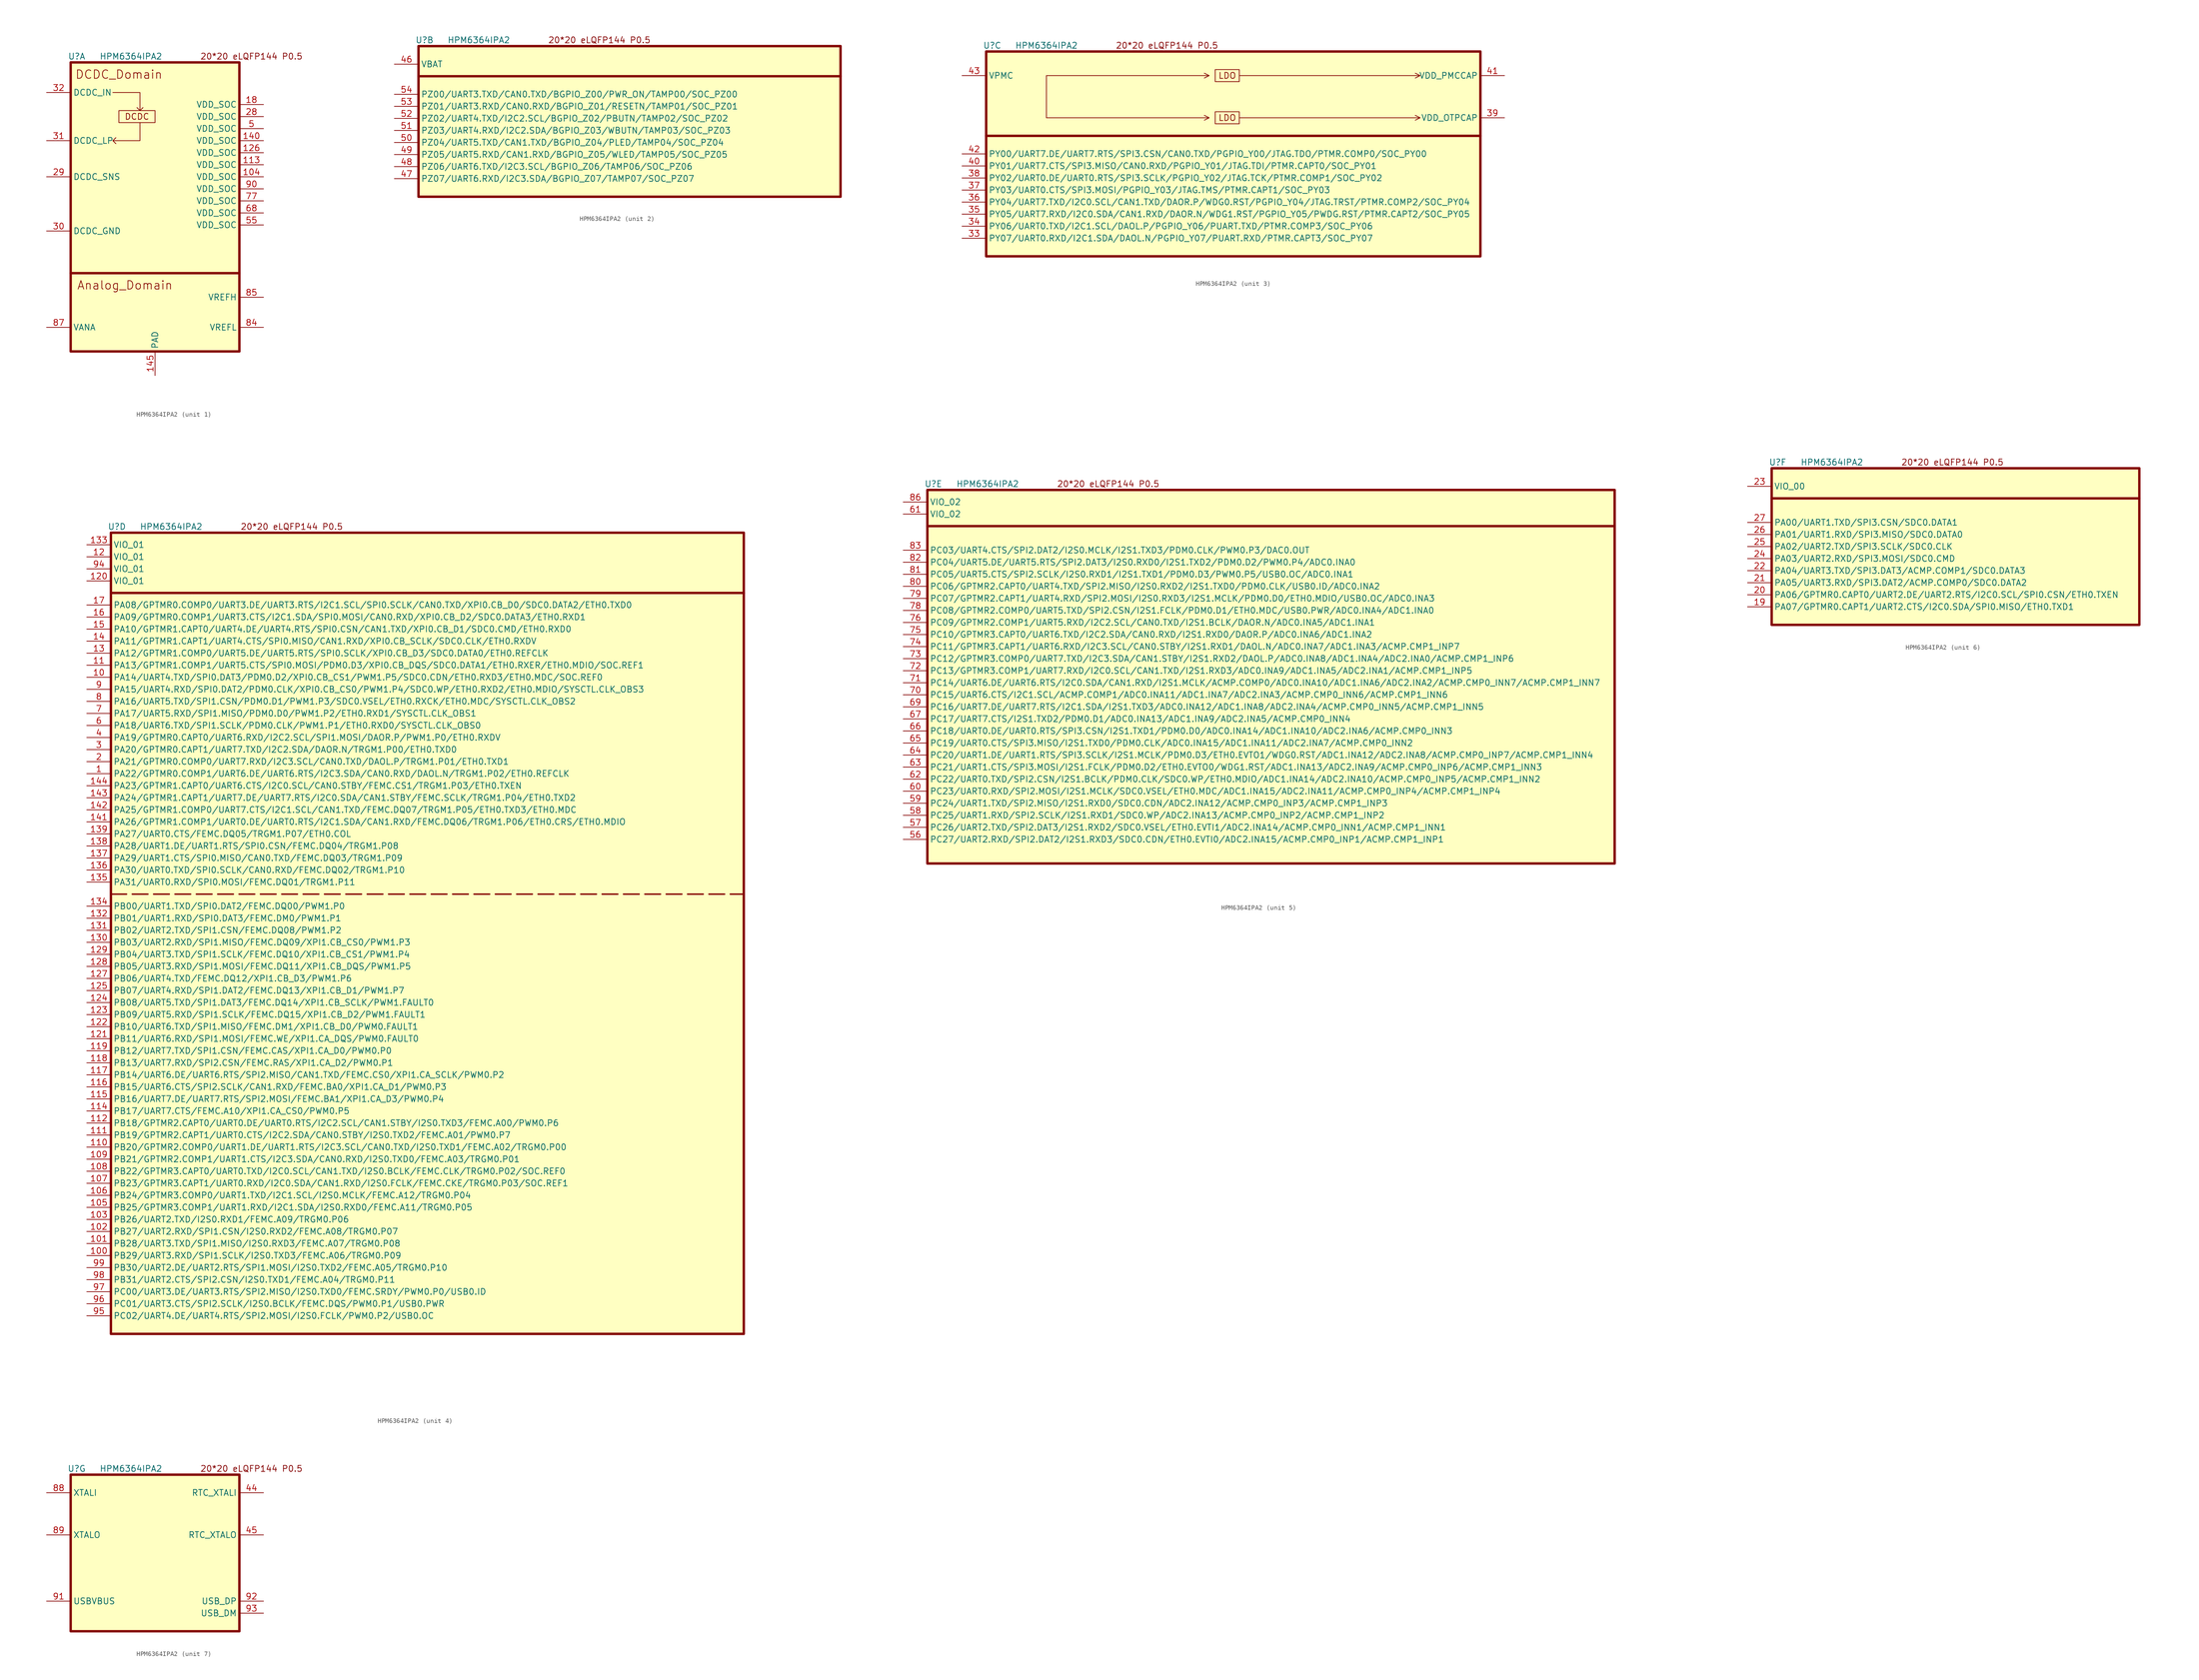
<source format=kicad_sym>
(kicad_symbol_lib
  (version 20220914)
  (generator kicad_symbol_editor)
  (symbol "HPM6364IPA2"
    (property "Reference" "U"
      (at 1.27 1.27 0)
      (effects (font (size 1.27 1.27))))
    (property "Value" "HPM6364IPA2"
      (at 12.7 1.27 0)
      (effects (font (size 1.27 1.27))))
    (property "ki_locked" ""
      (at 0 0 0)
      (effects (font (size 1.27 1.27))))
    (symbol "HPM6364IPA2_0_0"
      (text "20*20 eLQFP144 P0.5" (at 38.1 1.27 0) (effects (font (size 1.27 1.27)))))
    (symbol "HPM6364IPA2_1_1"
      (polyline (pts (xy 0 -44.45) (xy 35.56 -44.45)) (stroke (width 0.508) (type default)) (fill (type none)))
      (polyline (pts (xy 8.89 -6.35) (xy 14.605 -6.35) (xy 14.605 -10.16) (xy 13.97 -9.525) (xy 14.605 -10.16) (xy 15.24 -9.525)) (stroke (width 0) (type default)) (fill (type none)))
      (polyline (pts (xy 14.605 -12.7) (xy 14.605 -16.51) (xy 8.89 -16.51) (xy 9.525 -15.875) (xy 8.89 -16.51) (xy 9.525 -17.145)) (stroke (width 0) (type default)) (fill (type none)))
      (rectangle (start 0 0) (end 35.56 -60.96) (stroke (width 0.508) (type default)) (fill (type background)))
      (rectangle (start 10.16 -10.16) (end 17.78 -12.7) (stroke (width 0) (type default)) (fill (type none)))
      (text "Analog_Domain" (at 11.43 -46.99 0) (effects (font (size 1.778 1.778))))
      (text "DCDC" (at 13.97 -11.43 0) (effects (font (size 1.27 1.27))))
      (text "DCDC_Domain" (at 10.16 -2.54 0) (effects (font (size 1.778 1.778))))
      (pin power_in line (at 40.64 -24.13 180) (length 5.08) (name "VDD_SOC" (effects (font (size 1.27 1.27)))) (number "104" (effects (font (size 1.27 1.27)))))
      (pin power_in line (at 40.64 -21.59 180) (length 5.08) (name "VDD_SOC" (effects (font (size 1.27 1.27)))) (number "113" (effects (font (size 1.27 1.27)))))
      (pin power_in line (at 40.64 -19.05 180) (length 5.08) (name "VDD_SOC" (effects (font (size 1.27 1.27)))) (number "126" (effects (font (size 1.27 1.27)))))
      (pin power_in line (at 40.64 -16.51 180) (length 5.08) (name "VDD_SOC" (effects (font (size 1.27 1.27)))) (number "140" (effects (font (size 1.27 1.27)))))
      (pin power_out line (at 17.78 -66.04 90) (length 5.08) (name "PAD" (effects (font (size 1.27 1.27)))) (number "145" (effects (font (size 1.27 1.27)))))
      (pin power_in line (at 40.64 -8.89 180) (length 5.08) (name "VDD_SOC" (effects (font (size 1.27 1.27)))) (number "18" (effects (font (size 1.27 1.27)))))
      (pin power_in line (at 40.64 -11.43 180) (length 5.08) (name "VDD_SOC" (effects (font (size 1.27 1.27)))) (number "28" (effects (font (size 1.27 1.27)))))
      (pin input line (at -5.08 -24.13 0) (length 5.08) (name "DCDC_SNS" (effects (font (size 1.27 1.27)))) (number "29" (effects (font (size 1.27 1.27)))))
      (pin power_out line (at -5.08 -35.56 0) (length 5.08) (name "DCDC_GND" (effects (font (size 1.27 1.27)))) (number "30" (effects (font (size 1.27 1.27)))))
      (pin power_out line (at -5.08 -16.51 0) (length 5.08) (name "DCDC_LP" (effects (font (size 1.27 1.27)))) (number "31" (effects (font (size 1.27 1.27)))))
      (pin power_in line (at -5.08 -6.35 0) (length 5.08) (name "DCDC_IN" (effects (font (size 1.27 1.27)))) (number "32" (effects (font (size 1.27 1.27)))))
      (pin power_in line (at 40.64 -13.97 180) (length 5.08) (name "VDD_SOC" (effects (font (size 1.27 1.27)))) (number "5" (effects (font (size 1.27 1.27)))))
      (pin power_in line (at 40.64 -34.29 180) (length 5.08) (name "VDD_SOC" (effects (font (size 1.27 1.27)))) (number "55" (effects (font (size 1.27 1.27)))))
      (pin power_in line (at 40.64 -31.75 180) (length 5.08) (name "VDD_SOC" (effects (font (size 1.27 1.27)))) (number "68" (effects (font (size 1.27 1.27)))))
      (pin power_in line (at 40.64 -29.21 180) (length 5.08) (name "VDD_SOC" (effects (font (size 1.27 1.27)))) (number "77" (effects (font (size 1.27 1.27)))))
      (pin power_out line (at 40.64 -55.88 180) (length 5.08) (name "VREFL" (effects (font (size 1.27 1.27)))) (number "84" (effects (font (size 1.27 1.27)))))
      (pin power_in line (at 40.64 -49.53 180) (length 5.08) (name "VREFH" (effects (font (size 1.27 1.27)))) (number "85" (effects (font (size 1.27 1.27)))))
      (pin power_in line (at -5.08 -55.88 0) (length 5.08) (name "VANA" (effects (font (size 1.27 1.27)))) (number "87" (effects (font (size 1.27 1.27)))))
      (pin power_in line (at 40.64 -26.67 180) (length 5.08) (name "VDD_SOC" (effects (font (size 1.27 1.27)))) (number "90" (effects (font (size 1.27 1.27))))))
    (symbol "HPM6364IPA2_2_0"
      (polyline (pts (xy 0 -6.35) (xy 88.9 -6.35)) (stroke (width 0.5) (type default)) (fill (type none))))
    (symbol "HPM6364IPA2_2_1"
      (rectangle (start 0 0) (end 88.9 -31.75) (stroke (width 0.508) (type default)) (fill (type background)))
      (pin power_in line (at -5.08 -3.81 0) (length 5.08) (name "VBAT" (effects (font (size 1.27 1.27)))) (number "46" (effects (font (size 1.27 1.27)))))
      (pin bidirectional line (at -5.08 -27.94 0) (length 5.08) (name "PZ07/UART6.RXD/I2C3.SDA/BGPIO_Z07/TAMP07/SOC_PZ07" (effects (font (size 1.27 1.27)))) (number "47" (effects (font (size 1.27 1.27)))))
      (pin bidirectional line (at -5.08 -25.4 0) (length 5.08) (name "PZ06/UART6.TXD/I2C3.SCL/BGPIO_Z06/TAMP06/SOC_PZ06" (effects (font (size 1.27 1.27)))) (number "48" (effects (font (size 1.27 1.27)))))
      (pin bidirectional line (at -5.08 -22.86 0) (length 5.08) (name "PZ05/UART5.RXD/CAN1.RXD/BGPIO_Z05/WLED/TAMP05/SOC_PZ05" (effects (font (size 1.27 1.27)))) (number "49" (effects (font (size 1.27 1.27)))))
      (pin bidirectional line (at -5.08 -20.32 0) (length 5.08) (name "PZ04/UART5.TXD/CAN1.TXD/BGPIO_Z04/PLED/TAMP04/SOC_PZ04" (effects (font (size 1.27 1.27)))) (number "50" (effects (font (size 1.27 1.27)))))
      (pin bidirectional line (at -5.08 -17.78 0) (length 5.08) (name "PZ03/UART4.RXD/I2C2.SDA/BGPIO_Z03/WBUTN/TAMP03/SOC_PZ03" (effects (font (size 1.27 1.27)))) (number "51" (effects (font (size 1.27 1.27)))))
      (pin bidirectional line (at -5.08 -15.24 0) (length 5.08) (name "PZ02/UART4.TXD/I2C2.SCL/BGPIO_Z02/PBUTN/TAMP02/SOC_PZ02" (effects (font (size 1.27 1.27)))) (number "52" (effects (font (size 1.27 1.27)))))
      (pin bidirectional line (at -5.08 -12.7 0) (length 5.08) (name "PZ01/UART3.RXD/CAN0.RXD/BGPIO_Z01/RESETN/TAMP01/SOC_PZ01" (effects (font (size 1.27 1.27)))) (number "53" (effects (font (size 1.27 1.27)))))
      (pin bidirectional line (at -5.08 -10.16 0) (length 5.08) (name "PZ00/UART3.TXD/CAN0.TXD/BGPIO_Z00/PWR_ON/TAMP00/SOC_PZ00" (effects (font (size 1.27 1.27)))) (number "54" (effects (font (size 1.27 1.27))))))
    (symbol "HPM6364IPA2_3_0"
      (polyline (pts (xy 12.7 -13.97) (xy 46.99 -13.97) (xy 45.974 -13.462) (xy 46.99 -13.97) (xy 45.974 -14.478)) (stroke (width 0) (type default)) (fill (type none)))
      (polyline (pts (xy 12.7 -5.08) (xy 46.99 -5.08) (xy 45.974 -4.572) (xy 46.99 -5.08) (xy 45.974 -5.588)) (stroke (width 0) (type default)) (fill (type none)))
      (polyline (pts (xy 53.34 -13.97) (xy 91.44 -13.97) (xy 90.424 -13.462) (xy 91.44 -13.97) (xy 90.424 -14.478)) (stroke (width 0) (type default)) (fill (type none)))
      (polyline (pts (xy 53.34 -5.08) (xy 91.44 -5.08) (xy 90.424 -4.572) (xy 91.44 -5.08) (xy 90.424 -5.588)) (stroke (width 0) (type default)) (fill (type none))))
    (symbol "HPM6364IPA2_3_1"
      (polyline (pts (xy 0 -17.78) (xy 104.14 -17.78)) (stroke (width 0.508) (type default)) (fill (type none)))
      (polyline (pts (xy 12.7 -12.7) (xy 12.7 -5.08) (xy 12.7 -13.97)) (stroke (width 0) (type default)) (fill (type none)))
      (rectangle (start 0 0) (end 104.14 -43.18) (stroke (width 0.508) (type default)) (fill (type background)))
      (rectangle (start 48.26 -12.7) (end 53.34 -15.24) (stroke (width 0) (type default)) (fill (type none)))
      (rectangle (start 48.26 -3.81) (end 53.34 -6.35) (stroke (width 0) (type default)) (fill (type none)))
      (text "LDO" (at 50.8 -13.97 0) (effects (font (size 1.27 1.27))))
      (text "LDO" (at 50.8 -5.08 0) (effects (font (size 1.27 1.27))))
      (pin bidirectional line (at -5.08 -39.37 0) (length 5.08) (name "PY07/UART0.RXD/I2C1.SDA/DAOL.N/PGPIO_Y07/PUART.RXD/PTMR.CAPT3/SOC_PY07" (effects (font (size 1.27 1.27)))) (number "33" (effects (font (size 1.27 1.27)))))
      (pin bidirectional line (at -5.08 -36.83 0) (length 5.08) (name "PY06/UART0.TXD/I2C1.SCL/DAOL.P/PGPIO_Y06/PUART.TXD/PTMR.COMP3/SOC_PY06" (effects (font (size 1.27 1.27)))) (number "34" (effects (font (size 1.27 1.27)))))
      (pin bidirectional line (at -5.08 -34.29 0) (length 5.08) (name "PY05/UART7.RXD/I2C0.SDA/CAN1.RXD/DAOR.N/WDG1.RST/PGPIO_Y05/PWDG.RST/PTMR.CAPT2/SOC_PY05" (effects (font (size 1.27 1.27)))) (number "35" (effects (font (size 1.27 1.27)))))
      (pin bidirectional line (at -5.08 -31.75 0) (length 5.08) (name "PY04/UART7.TXD/I2C0.SCL/CAN1.TXD/DAOR.P/WDG0.RST/PGPIO_Y04/JTAG.TRST/PTMR.COMP2/SOC_PY04" (effects (font (size 1.27 1.27)))) (number "36" (effects (font (size 1.27 1.27)))))
      (pin bidirectional line (at -5.08 -29.21 0) (length 5.08) (name "PY03/UART0.CTS/SPI3.MOSI/PGPIO_Y03/JTAG.TMS/PTMR.CAPT1/SOC_PY03" (effects (font (size 1.27 1.27)))) (number "37" (effects (font (size 1.27 1.27)))))
      (pin bidirectional line (at -5.08 -26.67 0) (length 5.08) (name "PY02/UART0.DE/UART0.RTS/SPI3.SCLK/PGPIO_Y02/JTAG.TCK/PTMR.COMP1/SOC_PY02" (effects (font (size 1.27 1.27)))) (number "38" (effects (font (size 1.27 1.27)))))
      (pin power_out line (at 109.22 -13.97 180) (length 5.08) (name "VDD_OTPCAP" (effects (font (size 1.27 1.27)))) (number "39" (effects (font (size 1.27 1.27)))))
      (pin bidirectional line (at -5.08 -24.13 0) (length 5.08) (name "PY01/UART7.CTS/SPI3.MISO/CAN0.RXD/PGPIO_Y01/JTAG.TDI/PTMR.CAPT0/SOC_PY01" (effects (font (size 1.27 1.27)))) (number "40" (effects (font (size 1.27 1.27)))))
      (pin power_out line (at 109.22 -5.08 180) (length 5.08) (name "VDD_PMCCAP" (effects (font (size 1.27 1.27)))) (number "41" (effects (font (size 1.27 1.27)))))
      (pin bidirectional line (at -5.08 -21.59 0) (length 5.08) (name "PY00/UART7.DE/UART7.RTS/SPI3.CSN/CAN0.TXD/PGPIO_Y00/JTAG.TDO/PTMR.COMP0/SOC_PY00" (effects (font (size 1.27 1.27)))) (number "42" (effects (font (size 1.27 1.27)))))
      (pin power_in line (at -5.08 -5.08 0) (length 5.08) (name "VPMC" (effects (font (size 1.27 1.27)))) (number "43" (effects (font (size 1.27 1.27))))))
    (symbol "HPM6364IPA2_4_0"
      (polyline (pts (xy 0 -12.7) (xy 133.35 -12.7)) (stroke (width 0.5) (type default)) (fill (type none))))
    (symbol "HPM6364IPA2_4_1"
      (polyline (pts (xy 0 -76.2) (xy 133.35 -76.2)) (stroke (width 0.3) (type dash)) (fill (type none)))
      (rectangle (start 0 0) (end 133.35 -168.91) (stroke (width 0.508) (type default)) (fill (type background)))
      (pin bidirectional line (at -5.08 -50.8 0) (length 5.08) (name "PA22/GPTMR0.COMP1/UART6.DE/UART6.RTS/I2C3.SDA/CAN0.RXD/DAOL.N/TRGM1.P02/ETH0.REFCLK" (effects (font (size 1.27 1.27)))) (number "1" (effects (font (size 1.27 1.27)))))
      (pin bidirectional line (at -5.08 -30.48 0) (length 5.08) (name "PA14/UART4.TXD/SPI0.DAT3/PDM0.D2/XPI0.CB_CS1/PWM1.P5/SDC0.CDN/ETH0.RXD3/ETH0.MDC/SOC.REF0" (effects (font (size 1.27 1.27)))) (number "10" (effects (font (size 1.27 1.27)))))
      (pin bidirectional line (at -5.08 -152.4 0) (length 5.08) (name "PB29/UART3.RXD/SPI1.SCLK/I2S0.TXD3/FEMC.A06/TRGM0.P09" (effects (font (size 1.27 1.27)))) (number "100" (effects (font (size 1.27 1.27)))))
      (pin bidirectional line (at -5.08 -149.86 0) (length 5.08) (name "PB28/UART3.TXD/SPI1.MISO/I2S0.RXD3/FEMC.A07/TRGM0.P08" (effects (font (size 1.27 1.27)))) (number "101" (effects (font (size 1.27 1.27)))))
      (pin bidirectional line (at -5.08 -147.32 0) (length 5.08) (name "PB27/UART2.RXD/SPI1.CSN/I2S0.RXD2/FEMC.A08/TRGM0.P07" (effects (font (size 1.27 1.27)))) (number "102" (effects (font (size 1.27 1.27)))))
      (pin bidirectional line (at -5.08 -144.78 0) (length 5.08) (name "PB26/UART2.TXD/I2S0.RXD1/FEMC.A09/TRGM0.P06" (effects (font (size 1.27 1.27)))) (number "103" (effects (font (size 1.27 1.27)))))
      (pin bidirectional line (at -5.08 -142.24 0) (length 5.08) (name "PB25/GPTMR3.COMP1/UART1.RXD/I2C1.SDA/I2S0.RXD0/FEMC.A11/TRGM0.P05" (effects (font (size 1.27 1.27)))) (number "105" (effects (font (size 1.27 1.27)))))
      (pin bidirectional line (at -5.08 -139.7 0) (length 5.08) (name "PB24/GPTMR3.COMP0/UART1.TXD/I2C1.SCL/I2S0.MCLK/FEMC.A12/TRGM0.P04" (effects (font (size 1.27 1.27)))) (number "106" (effects (font (size 1.27 1.27)))))
      (pin bidirectional line (at -5.08 -137.16 0) (length 5.08) (name "PB23/GPTMR3.CAPT1/UART0.RXD/I2C0.SDA/CAN1.RXD/I2S0.FCLK/FEMC.CKE/TRGM0.P03/SOC.REF1" (effects (font (size 1.27 1.27)))) (number "107" (effects (font (size 1.27 1.27)))))
      (pin bidirectional line (at -5.08 -134.62 0) (length 5.08) (name "PB22/GPTMR3.CAPT0/UART0.TXD/I2C0.SCL/CAN1.TXD/I2S0.BCLK/FEMC.CLK/TRGM0.P02/SOC.REF0" (effects (font (size 1.27 1.27)))) (number "108" (effects (font (size 1.27 1.27)))))
      (pin bidirectional line (at -5.08 -132.08 0) (length 5.08) (name "PB21/GPTMR2.COMP1/UART1.CTS/I2C3.SDA/CAN0.RXD/I2S0.TXD0/FEMC.A03/TRGM0.P01" (effects (font (size 1.27 1.27)))) (number "109" (effects (font (size 1.27 1.27)))))
      (pin bidirectional line (at -5.08 -27.94 0) (length 5.08) (name "PA13/GPTMR1.COMP1/UART5.CTS/SPI0.MOSI/PDM0.D3/XPI0.CB_DQS/SDC0.DATA1/ETH0.RXER/ETH0.MDIO/SOC.REF1" (effects (font (size 1.27 1.27)))) (number "11" (effects (font (size 1.27 1.27)))))
      (pin bidirectional line (at -5.08 -129.54 0) (length 5.08) (name "PB20/GPTMR2.COMP0/UART1.DE/UART1.RTS/I2C3.SCL/CAN0.TXD/I2S0.TXD1/FEMC.A02/TRGM0.P00" (effects (font (size 1.27 1.27)))) (number "110" (effects (font (size 1.27 1.27)))))
      (pin bidirectional line (at -5.08 -127 0) (length 5.08) (name "PB19/GPTMR2.CAPT1/UART0.CTS/I2C2.SDA/CAN0.STBY/I2S0.TXD2/FEMC.A01/PWM0.P7" (effects (font (size 1.27 1.27)))) (number "111" (effects (font (size 1.27 1.27)))))
      (pin bidirectional line (at -5.08 -124.46 0) (length 5.08) (name "PB18/GPTMR2.CAPT0/UART0.DE/UART0.RTS/I2C2.SCL/CAN1.STBY/I2S0.TXD3/FEMC.A00/PWM0.P6" (effects (font (size 1.27 1.27)))) (number "112" (effects (font (size 1.27 1.27)))))
      (pin bidirectional line (at -5.08 -121.92 0) (length 5.08) (name "PB17/UART7.CTS/FEMC.A10/XPI1.CA_CS0/PWM0.P5" (effects (font (size 1.27 1.27)))) (number "114" (effects (font (size 1.27 1.27)))))
      (pin bidirectional line (at -5.08 -119.38 0) (length 5.08) (name "PB16/UART7.DE/UART7.RTS/SPI2.MOSI/FEMC.BA1/XPI1.CA_D3/PWM0.P4" (effects (font (size 1.27 1.27)))) (number "115" (effects (font (size 1.27 1.27)))))
      (pin bidirectional line (at -5.08 -116.84 0) (length 5.08) (name "PB15/UART6.CTS/SPI2.SCLK/CAN1.RXD/FEMC.BA0/XPI1.CA_D1/PWM0.P3" (effects (font (size 1.27 1.27)))) (number "116" (effects (font (size 1.27 1.27)))))
      (pin bidirectional line (at -5.08 -114.3 0) (length 5.08) (name "PB14/UART6.DE/UART6.RTS/SPI2.MISO/CAN1.TXD/FEMC.CS0/XPI1.CA_SCLK/PWM0.P2" (effects (font (size 1.27 1.27)))) (number "117" (effects (font (size 1.27 1.27)))))
      (pin bidirectional line (at -5.08 -111.76 0) (length 5.08) (name "PB13/UART7.RXD/SPI2.CSN/FEMC.RAS/XPI1.CA_D2/PWM0.P1" (effects (font (size 1.27 1.27)))) (number "118" (effects (font (size 1.27 1.27)))))
      (pin bidirectional line (at -5.08 -109.22 0) (length 5.08) (name "PB12/UART7.TXD/SPI1.CSN/FEMC.CAS/XPI1.CA_D0/PWM0.P0" (effects (font (size 1.27 1.27)))) (number "119" (effects (font (size 1.27 1.27)))))
      (pin power_in line (at -5.08 -5.08 0) (length 5.08) (name "VIO_01" (effects (font (size 1.27 1.27)))) (number "12" (effects (font (size 1.27 1.27)))))
      (pin power_in line (at -5.08 -10.16 0) (length 5.08) (name "VIO_01" (effects (font (size 1.27 1.27)))) (number "120" (effects (font (size 1.27 1.27)))))
      (pin bidirectional line (at -5.08 -106.68 0) (length 5.08) (name "PB11/UART6.RXD/SPI1.MOSI/FEMC.WE/XPI1.CA_DQS/PWM0.FAULT0" (effects (font (size 1.27 1.27)))) (number "121" (effects (font (size 1.27 1.27)))))
      (pin bidirectional line (at -5.08 -104.14 0) (length 5.08) (name "PB10/UART6.TXD/SPI1.MISO/FEMC.DM1/XPI1.CB_D0/PWM0.FAULT1" (effects (font (size 1.27 1.27)))) (number "122" (effects (font (size 1.27 1.27)))))
      (pin bidirectional line (at -5.08 -101.6 0) (length 5.08) (name "PB09/UART5.RXD/SPI1.SCLK/FEMC.DQ15/XPI1.CB_D2/PWM1.FAULT1" (effects (font (size 1.27 1.27)))) (number "123" (effects (font (size 1.27 1.27)))))
      (pin bidirectional line (at -5.08 -99.06 0) (length 5.08) (name "PB08/UART5.TXD/SPI1.DAT3/FEMC.DQ14/XPI1.CB_SCLK/PWM1.FAULT0" (effects (font (size 1.27 1.27)))) (number "124" (effects (font (size 1.27 1.27)))))
      (pin bidirectional line (at -5.08 -96.52 0) (length 5.08) (name "PB07/UART4.RXD/SPI1.DAT2/FEMC.DQ13/XPI1.CB_D1/PWM1.P7" (effects (font (size 1.27 1.27)))) (number "125" (effects (font (size 1.27 1.27)))))
      (pin bidirectional line (at -5.08 -93.98 0) (length 5.08) (name "PB06/UART4.TXD/FEMC.DQ12/XPI1.CB_D3/PWM1.P6" (effects (font (size 1.27 1.27)))) (number "127" (effects (font (size 1.27 1.27)))))
      (pin bidirectional line (at -5.08 -91.44 0) (length 5.08) (name "PB05/UART3.RXD/SPI1.MOSI/FEMC.DQ11/XPI1.CB_DQS/PWM1.P5" (effects (font (size 1.27 1.27)))) (number "128" (effects (font (size 1.27 1.27)))))
      (pin bidirectional line (at -5.08 -88.9 0) (length 5.08) (name "PB04/UART3.TXD/SPI1.SCLK/FEMC.DQ10/XPI1.CB_CS1/PWM1.P4" (effects (font (size 1.27 1.27)))) (number "129" (effects (font (size 1.27 1.27)))))
      (pin bidirectional line (at -5.08 -25.4 0) (length 5.08) (name "PA12/GPTMR1.COMP0/UART5.DE/UART5.RTS/SPI0.SCLK/XPI0.CB_D3/SDC0.DATA0/ETH0.REFCLK" (effects (font (size 1.27 1.27)))) (number "13" (effects (font (size 1.27 1.27)))))
      (pin bidirectional line (at -5.08 -86.36 0) (length 5.08) (name "PB03/UART2.RXD/SPI1.MISO/FEMC.DQ09/XPI1.CB_CS0/PWM1.P3" (effects (font (size 1.27 1.27)))) (number "130" (effects (font (size 1.27 1.27)))))
      (pin bidirectional line (at -5.08 -83.82 0) (length 5.08) (name "PB02/UART2.TXD/SPI1.CSN/FEMC.DQ08/PWM1.P2" (effects (font (size 1.27 1.27)))) (number "131" (effects (font (size 1.27 1.27)))))
      (pin bidirectional line (at -5.08 -81.28 0) (length 5.08) (name "PB01/UART1.RXD/SPI0.DAT3/FEMC.DM0/PWM1.P1" (effects (font (size 1.27 1.27)))) (number "132" (effects (font (size 1.27 1.27)))))
      (pin power_in line (at -5.08 -2.54 0) (length 5.08) (name "VIO_01" (effects (font (size 1.27 1.27)))) (number "133" (effects (font (size 1.27 1.27)))))
      (pin bidirectional line (at -5.08 -78.74 0) (length 5.08) (name "PB00/UART1.TXD/SPI0.DAT2/FEMC.DQ00/PWM1.P0" (effects (font (size 1.27 1.27)))) (number "134" (effects (font (size 1.27 1.27)))))
      (pin bidirectional line (at -5.08 -73.66 0) (length 5.08) (name "PA31/UART0.RXD/SPI0.MOSI/FEMC.DQ01/TRGM1.P11" (effects (font (size 1.27 1.27)))) (number "135" (effects (font (size 1.27 1.27)))))
      (pin bidirectional line (at -5.08 -71.12 0) (length 5.08) (name "PA30/UART0.TXD/SPI0.SCLK/CAN0.RXD/FEMC.DQ02/TRGM1.P10" (effects (font (size 1.27 1.27)))) (number "136" (effects (font (size 1.27 1.27)))))
      (pin bidirectional line (at -5.08 -68.58 0) (length 5.08) (name "PA29/UART1.CTS/SPI0.MISO/CAN0.TXD/FEMC.DQ03/TRGM1.P09" (effects (font (size 1.27 1.27)))) (number "137" (effects (font (size 1.27 1.27)))))
      (pin bidirectional line (at -5.08 -66.04 0) (length 5.08) (name "PA28/UART1.DE/UART1.RTS/SPI0.CSN/FEMC.DQ04/TRGM1.P08" (effects (font (size 1.27 1.27)))) (number "138" (effects (font (size 1.27 1.27)))))
      (pin bidirectional line (at -5.08 -63.5 0) (length 5.08) (name "PA27/UART0.CTS/FEMC.DQ05/TRGM1.P07/ETH0.COL" (effects (font (size 1.27 1.27)))) (number "139" (effects (font (size 1.27 1.27)))))
      (pin bidirectional line (at -5.08 -22.86 0) (length 5.08) (name "PA11/GPTMR1.CAPT1/UART4.CTS/SPI0.MISO/CAN1.RXD/XPI0.CB_SCLK/SDC0.CLK/ETH0.RXDV" (effects (font (size 1.27 1.27)))) (number "14" (effects (font (size 1.27 1.27)))))
      (pin bidirectional line (at -5.08 -60.96 0) (length 5.08) (name "PA26/GPTMR1.COMP1/UART0.DE/UART0.RTS/I2C1.SDA/CAN1.RXD/FEMC.DQ06/TRGM1.P06/ETH0.CRS/ETH0.MDIO" (effects (font (size 1.27 1.27)))) (number "141" (effects (font (size 1.27 1.27)))))
      (pin bidirectional line (at -5.08 -58.42 0) (length 5.08) (name "PA25/GPTMR1.COMP0/UART7.CTS/I2C1.SCL/CAN1.TXD/FEMC.DQ07/TRGM1.P05/ETH0.TXD3/ETH0.MDC" (effects (font (size 1.27 1.27)))) (number "142" (effects (font (size 1.27 1.27)))))
      (pin bidirectional line (at -5.08 -55.88 0) (length 5.08) (name "PA24/GPTMR1.CAPT1/UART7.DE/UART7.RTS/I2C0.SDA/CAN1.STBY/FEMC.SCLK/TRGM1.P04/ETH0.TXD2" (effects (font (size 1.27 1.27)))) (number "143" (effects (font (size 1.27 1.27)))))
      (pin bidirectional line (at -5.08 -53.34 0) (length 5.08) (name "PA23/GPTMR1.CAPT0/UART6.CTS/I2C0.SCL/CAN0.STBY/FEMC.CS1/TRGM1.P03/ETH0.TXEN" (effects (font (size 1.27 1.27)))) (number "144" (effects (font (size 1.27 1.27)))))
      (pin bidirectional line (at -5.08 -20.32 0) (length 5.08) (name "PA10/GPTMR1.CAPT0/UART4.DE/UART4.RTS/SPI0.CSN/CAN1.TXD/XPI0.CB_D1/SDC0.CMD/ETH0.RXD0" (effects (font (size 1.27 1.27)))) (number "15" (effects (font (size 1.27 1.27)))))
      (pin bidirectional line (at -5.08 -17.78 0) (length 5.08) (name "PA09/GPTMR0.COMP1/UART3.CTS/I2C1.SDA/SPI0.MOSI/CAN0.RXD/XPI0.CB_D2/SDC0.DATA3/ETH0.RXD1" (effects (font (size 1.27 1.27)))) (number "16" (effects (font (size 1.27 1.27)))))
      (pin bidirectional line (at -5.08 -15.24 0) (length 5.08) (name "PA08/GPTMR0.COMP0/UART3.DE/UART3.RTS/I2C1.SCL/SPI0.SCLK/CAN0.TXD/XPI0.CB_D0/SDC0.DATA2/ETH0.TXD0" (effects (font (size 1.27 1.27)))) (number "17" (effects (font (size 1.27 1.27)))))
      (pin bidirectional line (at -5.08 -48.26 0) (length 5.08) (name "PA21/GPTMR0.COMP0/UART7.RXD/I2C3.SCL/CAN0.TXD/DAOL.P/TRGM1.P01/ETH0.TXD1" (effects (font (size 1.27 1.27)))) (number "2" (effects (font (size 1.27 1.27)))))
      (pin bidirectional line (at -5.08 -45.72 0) (length 5.08) (name "PA20/GPTMR0.CAPT1/UART7.TXD/I2C2.SDA/DAOR.N/TRGM1.P00/ETH0.TXD0" (effects (font (size 1.27 1.27)))) (number "3" (effects (font (size 1.27 1.27)))))
      (pin bidirectional line (at -5.08 -43.18 0) (length 5.08) (name "PA19/GPTMR0.CAPT0/UART6.RXD/I2C2.SCL/SPI1.MOSI/DAOR.P/PWM1.P0/ETH0.RXDV" (effects (font (size 1.27 1.27)))) (number "4" (effects (font (size 1.27 1.27)))))
      (pin bidirectional line (at -5.08 -40.64 0) (length 5.08) (name "PA18/UART6.TXD/SPI1.SCLK/PDM0.CLK/PWM1.P1/ETH0.RXD0/SYSCTL.CLK_OBS0" (effects (font (size 1.27 1.27)))) (number "6" (effects (font (size 1.27 1.27)))))
      (pin bidirectional line (at -5.08 -38.1 0) (length 5.08) (name "PA17/UART5.RXD/SPI1.MISO/PDM0.D0/PWM1.P2/ETH0.RXD1/SYSCTL.CLK_OBS1" (effects (font (size 1.27 1.27)))) (number "7" (effects (font (size 1.27 1.27)))))
      (pin bidirectional line (at -5.08 -35.56 0) (length 5.08) (name "PA16/UART5.TXD/SPI1.CSN/PDM0.D1/PWM1.P3/SDC0.VSEL/ETH0.RXCK/ETH0.MDC/SYSCTL.CLK_OBS2" (effects (font (size 1.27 1.27)))) (number "8" (effects (font (size 1.27 1.27)))))
      (pin bidirectional line (at -5.08 -33.02 0) (length 5.08) (name "PA15/UART4.RXD/SPI0.DAT2/PDM0.CLK/XPI0.CB_CS0/PWM1.P4/SDC0.WP/ETH0.RXD2/ETH0.MDIO/SYSCTL.CLK_OBS3" (effects (font (size 1.27 1.27)))) (number "9" (effects (font (size 1.27 1.27)))))
      (pin power_in line (at -5.08 -7.62 0) (length 5.08) (name "VIO_01" (effects (font (size 1.27 1.27)))) (number "94" (effects (font (size 1.27 1.27)))))
      (pin bidirectional line (at -5.08 -165.1 0) (length 5.08) (name "PC02/UART4.DE/UART4.RTS/SPI2.MOSI/I2S0.FCLK/PWM0.P2/USB0.OC" (effects (font (size 1.27 1.27)))) (number "95" (effects (font (size 1.27 1.27)))))
      (pin bidirectional line (at -5.08 -162.56 0) (length 5.08) (name "PC01/UART3.CTS/SPI2.SCLK/I2S0.BCLK/FEMC.DQS/PWM0.P1/USB0.PWR" (effects (font (size 1.27 1.27)))) (number "96" (effects (font (size 1.27 1.27)))))
      (pin bidirectional line (at -5.08 -160.02 0) (length 5.08) (name "PC00/UART3.DE/UART3.RTS/SPI2.MISO/I2S0.TXD0/FEMC.SRDY/PWM0.P0/USB0.ID" (effects (font (size 1.27 1.27)))) (number "97" (effects (font (size 1.27 1.27)))))
      (pin bidirectional line (at -5.08 -157.48 0) (length 5.08) (name "PB31/UART2.CTS/SPI2.CSN/I2S0.TXD1/FEMC.A04/TRGM0.P11" (effects (font (size 1.27 1.27)))) (number "98" (effects (font (size 1.27 1.27)))))
      (pin bidirectional line (at -5.08 -154.94 0) (length 5.08) (name "PB30/UART2.DE/UART2.RTS/SPI1.MOSI/I2S0.TXD2/FEMC.A05/TRGM0.P10" (effects (font (size 1.27 1.27)))) (number "99" (effects (font (size 1.27 1.27))))))
    (symbol "HPM6364IPA2_5_0"
      (polyline (pts (xy 0 -7.62) (xy 144.78 -7.62)) (stroke (width 0.5) (type default)) (fill (type none))))
    (symbol "HPM6364IPA2_5_1"
      (rectangle (start 0 0) (end 144.78 -78.74) (stroke (width 0.508) (type default)) (fill (type background)))
      (pin bidirectional line (at -5.08 -73.66 0) (length 5.08) (name "PC27/UART2.RXD/SPI2.DAT2/I2S1.RXD3/SDC0.CDN/ETH0.EVTI0/ADC2.INA15/ACMP.CMP0_INP1/ACMP.CMP1_INP1" (effects (font (size 1.27 1.27)))) (number "56" (effects (font (size 1.27 1.27)))))
      (pin bidirectional line (at -5.08 -71.12 0) (length 5.08) (name "PC26/UART2.TXD/SPI2.DAT3/I2S1.RXD2/SDC0.VSEL/ETH0.EVTI1/ADC2.INA14/ACMP.CMP0_INN1/ACMP.CMP1_INN1" (effects (font (size 1.27 1.27)))) (number "57" (effects (font (size 1.27 1.27)))))
      (pin bidirectional line (at -5.08 -68.58 0) (length 5.08) (name "PC25/UART1.RXD/SPI2.SCLK/I2S1.RXD1/SDC0.WP/ADC2.INA13/ACMP.CMP0_INP2/ACMP.CMP1_INP2" (effects (font (size 1.27 1.27)))) (number "58" (effects (font (size 1.27 1.27)))))
      (pin bidirectional line (at -5.08 -66.04 0) (length 5.08) (name "PC24/UART1.TXD/SPI2.MISO/I2S1.RXD0/SDC0.CDN/ADC2.INA12/ACMP.CMP0_INP3/ACMP.CMP1_INP3" (effects (font (size 1.27 1.27)))) (number "59" (effects (font (size 1.27 1.27)))))
      (pin bidirectional line (at -5.08 -63.5 0) (length 5.08) (name "PC23/UART0.RXD/SPI2.MOSI/I2S1.MCLK/SDC0.VSEL/ETH0.MDC/ADC1.INA15/ADC2.INA11/ACMP.CMP0_INP4/ACMP.CMP1_INP4" (effects (font (size 1.27 1.27)))) (number "60" (effects (font (size 1.27 1.27)))))
      (pin power_in line (at -5.08 -5.08 0) (length 5.08) (name "VIO_02" (effects (font (size 1.27 1.27)))) (number "61" (effects (font (size 1.27 1.27)))))
      (pin bidirectional line (at -5.08 -60.96 0) (length 5.08) (name "PC22/UART0.TXD/SPI2.CSN/I2S1.BCLK/PDM0.CLK/SDC0.WP/ETH0.MDIO/ADC1.INA14/ADC2.INA10/ACMP.CMP0_INP5/ACMP.CMP1_INN2" (effects (font (size 1.27 1.27)))) (number "62" (effects (font (size 1.27 1.27)))))
      (pin bidirectional line (at -5.08 -58.42 0) (length 5.08) (name "PC21/UART1.CTS/SPI3.MOSI/I2S1.FCLK/PDM0.D2/ETH0.EVTO0/WDG1.RST/ADC1.INA13/ADC2.INA9/ACMP.CMP0_INP6/ACMP.CMP1_INN3" (effects (font (size 1.27 1.27)))) (number "63" (effects (font (size 1.27 1.27)))))
      (pin bidirectional line (at -5.08 -55.88 0) (length 5.08) (name "PC20/UART1.DE/UART1.RTS/SPI3.SCLK/I2S1.MCLK/PDM0.D3/ETH0.EVTO1/WDG0.RST/ADC1.INA12/ADC2.INA8/ACMP.CMP0_INP7/ACMP.CMP1_INN4" (effects (font (size 1.27 1.27)))) (number "64" (effects (font (size 1.27 1.27)))))
      (pin bidirectional line (at -5.08 -53.34 0) (length 5.08) (name "PC19/UART0.CTS/SPI3.MISO/I2S1.TXD0/PDM0.CLK/ADC0.INA15/ADC1.INA11/ADC2.INA7/ACMP.CMP0_INN2" (effects (font (size 1.27 1.27)))) (number "65" (effects (font (size 1.27 1.27)))))
      (pin bidirectional line (at -5.08 -50.8 0) (length 5.08) (name "PC18/UART0.DE/UART0.RTS/SPI3.CSN/I2S1.TXD1/PDM0.D0/ADC0.INA14/ADC1.INA10/ADC2.INA6/ACMP.CMP0_INN3" (effects (font (size 1.27 1.27)))) (number "66" (effects (font (size 1.27 1.27)))))
      (pin bidirectional line (at -5.08 -48.26 0) (length 5.08) (name "PC17/UART7.CTS/I2S1.TXD2/PDM0.D1/ADC0.INA13/ADC1.INA9/ADC2.INA5/ACMP.CMP0_INN4" (effects (font (size 1.27 1.27)))) (number "67" (effects (font (size 1.27 1.27)))))
      (pin bidirectional line (at -5.08 -45.72 0) (length 5.08) (name "PC16/UART7.DE/UART7.RTS/I2C1.SDA/I2S1.TXD3/ADC0.INA12/ADC1.INA8/ADC2.INA4/ACMP.CMP0_INN5/ACMP.CMP1_INN5" (effects (font (size 1.27 1.27)))) (number "69" (effects (font (size 1.27 1.27)))))
      (pin bidirectional line (at -5.08 -43.18 0) (length 5.08) (name "PC15/UART6.CTS/I2C1.SCL/ACMP.COMP1/ADC0.INA11/ADC1.INA7/ADC2.INA3/ACMP.CMP0_INN6/ACMP.CMP1_INN6" (effects (font (size 1.27 1.27)))) (number "70" (effects (font (size 1.27 1.27)))))
      (pin bidirectional line (at -5.08 -40.64 0) (length 5.08) (name "PC14/UART6.DE/UART6.RTS/I2C0.SDA/CAN1.RXD/I2S1.MCLK/ACMP.COMP0/ADC0.INA10/ADC1.INA6/ADC2.INA2/ACMP.CMP0_INN7/ACMP.CMP1_INN7" (effects (font (size 1.27 1.27)))) (number "71" (effects (font (size 1.27 1.27)))))
      (pin bidirectional line (at -5.08 -38.1 0) (length 5.08) (name "PC13/GPTMR3.COMP1/UART7.RXD/I2C0.SCL/CAN1.TXD/I2S1.RXD3/ADC0.INA9/ADC1.INA5/ADC2.INA1/ACMP.CMP1_INP5" (effects (font (size 1.27 1.27)))) (number "72" (effects (font (size 1.27 1.27)))))
      (pin bidirectional line (at -5.08 -35.56 0) (length 5.08) (name "PC12/GPTMR3.COMP0/UART7.TXD/I2C3.SDA/CAN1.STBY/I2S1.RXD2/DAOL.P/ADC0.INA8/ADC1.INA4/ADC2.INA0/ACMP.CMP1_INP6" (effects (font (size 1.27 1.27)))) (number "73" (effects (font (size 1.27 1.27)))))
      (pin bidirectional line (at -5.08 -33.02 0) (length 5.08) (name "PC11/GPTMR3.CAPT1/UART6.RXD/I2C3.SCL/CAN0.STBY/I2S1.RXD1/DAOL.N/ADC0.INA7/ADC1.INA3/ACMP.CMP1_INP7" (effects (font (size 1.27 1.27)))) (number "74" (effects (font (size 1.27 1.27)))))
      (pin bidirectional line (at -5.08 -30.48 0) (length 5.08) (name "PC10/GPTMR3.CAPT0/UART6.TXD/I2C2.SDA/CAN0.RXD/I2S1.RXD0/DAOR.P/ADC0.INA6/ADC1.INA2" (effects (font (size 1.27 1.27)))) (number "75" (effects (font (size 1.27 1.27)))))
      (pin bidirectional line (at -5.08 -27.94 0) (length 5.08) (name "PC09/GPTMR2.COMP1/UART5.RXD/I2C2.SCL/CAN0.TXD/I2S1.BCLK/DAOR.N/ADC0.INA5/ADC1.INA1" (effects (font (size 1.27 1.27)))) (number "76" (effects (font (size 1.27 1.27)))))
      (pin bidirectional line (at -5.08 -25.4 0) (length 5.08) (name "PC08/GPTMR2.COMP0/UART5.TXD/SPI2.CSN/I2S1.FCLK/PDM0.D1/ETH0.MDC/USB0.PWR/ADC0.INA4/ADC1.INA0" (effects (font (size 1.27 1.27)))) (number "78" (effects (font (size 1.27 1.27)))))
      (pin bidirectional line (at -5.08 -22.86 0) (length 5.08) (name "PC07/GPTMR2.CAPT1/UART4.RXD/SPI2.MOSI/I2S0.RXD3/I2S1.MCLK/PDM0.D0/ETH0.MDIO/USB0.OC/ADC0.INA3" (effects (font (size 1.27 1.27)))) (number "79" (effects (font (size 1.27 1.27)))))
      (pin bidirectional line (at -5.08 -20.32 0) (length 5.08) (name "PC06/GPTMR2.CAPT0/UART4.TXD/SPI2.MISO/I2S0.RXD2/I2S1.TXD0/PDM0.CLK/USB0.ID/ADC0.INA2" (effects (font (size 1.27 1.27)))) (number "80" (effects (font (size 1.27 1.27)))))
      (pin bidirectional line (at -5.08 -17.78 0) (length 5.08) (name "PC05/UART5.CTS/SPI2.SCLK/I2S0.RXD1/I2S1.TXD1/PDM0.D3/PWM0.P5/USB0.OC/ADC0.INA1" (effects (font (size 1.27 1.27)))) (number "81" (effects (font (size 1.27 1.27)))))
      (pin bidirectional line (at -5.08 -15.24 0) (length 5.08) (name "PC04/UART5.DE/UART5.RTS/SPI2.DAT3/I2S0.RXD0/I2S1.TXD2/PDM0.D2/PWM0.P4/ADC0.INA0" (effects (font (size 1.27 1.27)))) (number "82" (effects (font (size 1.27 1.27)))))
      (pin bidirectional line (at -5.08 -12.7 0) (length 5.08) (name "PC03/UART4.CTS/SPI2.DAT2/I2S0.MCLK/I2S1.TXD3/PDM0.CLK/PWM0.P3/DAC0.OUT" (effects (font (size 1.27 1.27)))) (number "83" (effects (font (size 1.27 1.27)))))
      (pin power_in line (at -5.08 -2.54 0) (length 5.08) (name "VIO_02" (effects (font (size 1.27 1.27)))) (number "86" (effects (font (size 1.27 1.27))))))
    (symbol "HPM6364IPA2_6_0"
      (polyline (pts (xy 0 -6.35) (xy 77.47 -6.35)) (stroke (width 0.5) (type default)) (fill (type none))))
    (symbol "HPM6364IPA2_6_1"
      (rectangle (start 0 0) (end 77.47 -33.02) (stroke (width 0.508) (type default)) (fill (type background)))
      (pin bidirectional line (at -5.08 -29.21 0) (length 5.08) (name "PA07/GPTMR0.CAPT1/UART2.CTS/I2C0.SDA/SPI0.MISO/ETH0.TXD1" (effects (font (size 1.27 1.27)))) (number "19" (effects (font (size 1.27 1.27)))))
      (pin bidirectional line (at -5.08 -26.67 0) (length 5.08) (name "PA06/GPTMR0.CAPT0/UART2.DE/UART2.RTS/I2C0.SCL/SPI0.CSN/ETH0.TXEN" (effects (font (size 1.27 1.27)))) (number "20" (effects (font (size 1.27 1.27)))))
      (pin bidirectional line (at -5.08 -24.13 0) (length 5.08) (name "PA05/UART3.RXD/SPI3.DAT2/ACMP.COMP0/SDC0.DATA2" (effects (font (size 1.27 1.27)))) (number "21" (effects (font (size 1.27 1.27)))))
      (pin bidirectional line (at -5.08 -21.59 0) (length 5.08) (name "PA04/UART3.TXD/SPI3.DAT3/ACMP.COMP1/SDC0.DATA3" (effects (font (size 1.27 1.27)))) (number "22" (effects (font (size 1.27 1.27)))))
      (pin power_in line (at -5.08 -3.81 0) (length 5.08) (name "VIO_00" (effects (font (size 1.27 1.27)))) (number "23" (effects (font (size 1.27 1.27)))))
      (pin bidirectional line (at -5.08 -19.05 0) (length 5.08) (name "PA03/UART2.RXD/SPI3.MOSI/SDC0.CMD" (effects (font (size 1.27 1.27)))) (number "24" (effects (font (size 1.27 1.27)))))
      (pin bidirectional line (at -5.08 -16.51 0) (length 5.08) (name "PA02/UART2.TXD/SPI3.SCLK/SDC0.CLK" (effects (font (size 1.27 1.27)))) (number "25" (effects (font (size 1.27 1.27)))))
      (pin bidirectional line (at -5.08 -13.97 0) (length 5.08) (name "PA01/UART1.RXD/SPI3.MISO/SDC0.DATA0" (effects (font (size 1.27 1.27)))) (number "26" (effects (font (size 1.27 1.27)))))
      (pin bidirectional line (at -5.08 -11.43 0) (length 5.08) (name "PA00/UART1.TXD/SPI3.CSN/SDC0.DATA1" (effects (font (size 1.27 1.27)))) (number "27" (effects (font (size 1.27 1.27))))))
    (symbol "HPM6364IPA2_7_1"
      (rectangle (start 0 0) (end 35.56 -33.02) (stroke (width 0.508) (type default)) (fill (type background)))
      (pin output line (at 40.64 -3.81 180) (length 5.08) (name "RTC_XTALI" (effects (font (size 1.27 1.27)))) (number "44" (effects (font (size 1.27 1.27)))))
      (pin input line (at 40.64 -12.7 180) (length 5.08) (name "RTC_XTALO" (effects (font (size 1.27 1.27)))) (number "45" (effects (font (size 1.27 1.27)))))
      (pin input line (at -5.08 -3.81 0) (length 5.08) (name "XTALI" (effects (font (size 1.27 1.27)))) (number "88" (effects (font (size 1.27 1.27)))))
      (pin output line (at -5.08 -12.7 0) (length 5.08) (name "XTALO" (effects (font (size 1.27 1.27)))) (number "89" (effects (font (size 1.27 1.27)))))
      (pin power_in line (at -5.08 -26.67 0) (length 5.08) (name "USBVBUS" (effects (font (size 1.27 1.27)))) (number "91" (effects (font (size 1.27 1.27)))))
      (pin bidirectional line (at 40.64 -26.67 180) (length 5.08) (name "USB_DP" (effects (font (size 1.27 1.27)))) (number "92" (effects (font (size 1.27 1.27)))))
      (pin bidirectional line (at 40.64 -29.21 180) (length 5.08) (name "USB_DM" (effects (font (size 1.27 1.27)))) (number "93" (effects (font (size 1.27 1.27))))))))
</source>
